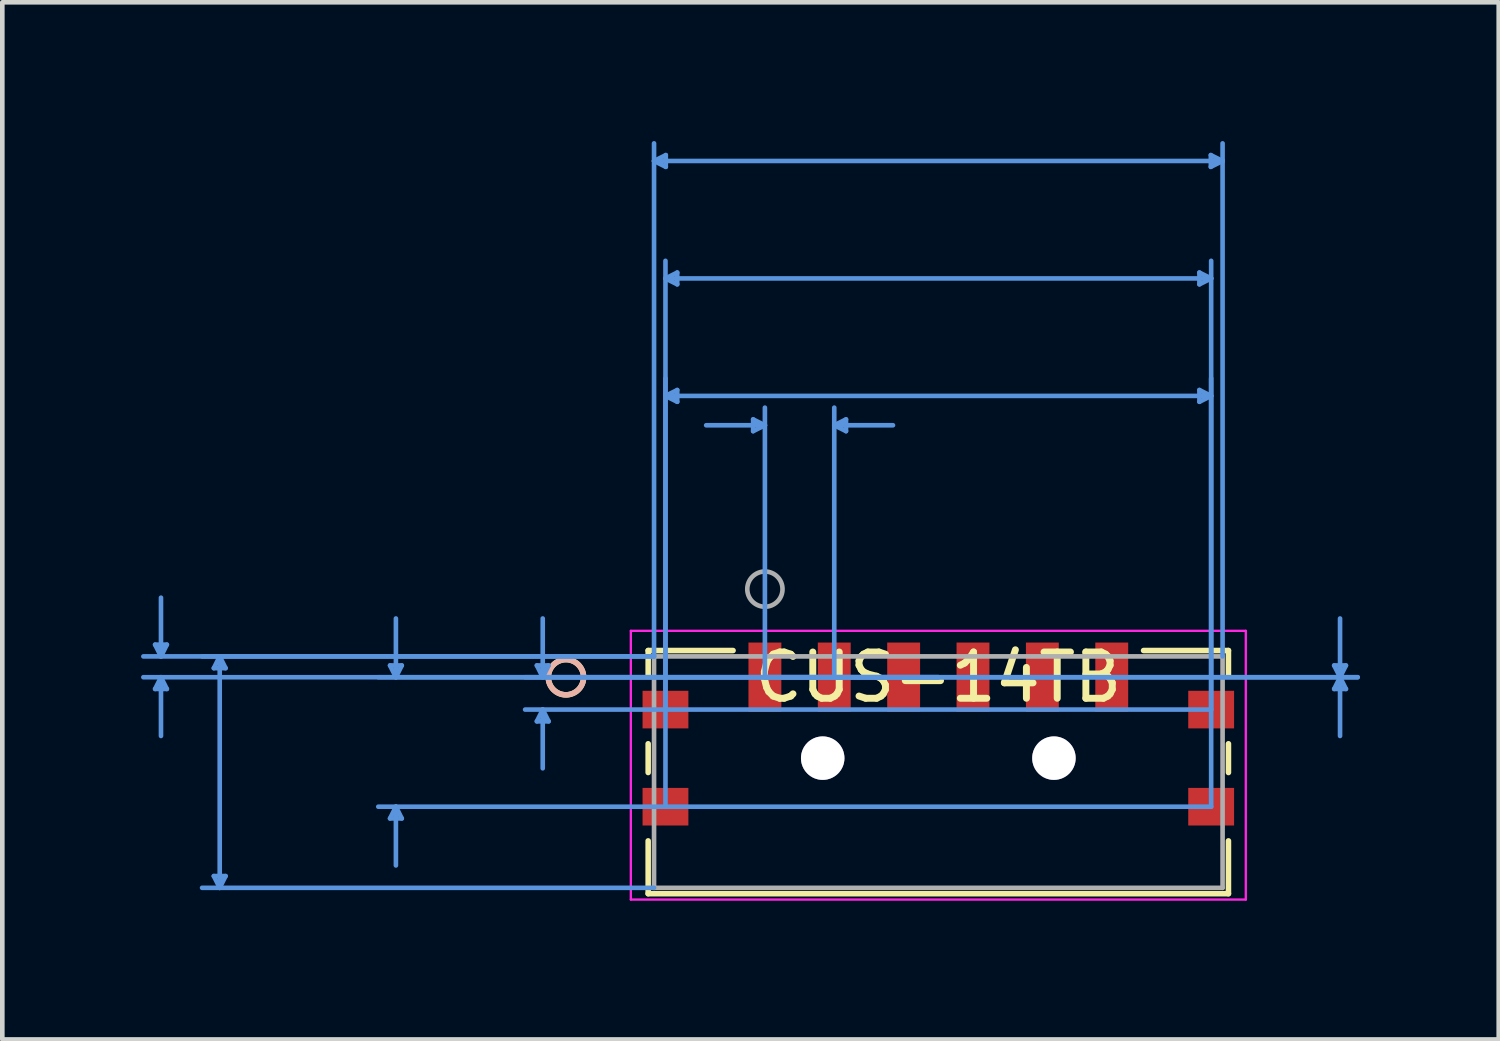
<source format=kicad_pcb>
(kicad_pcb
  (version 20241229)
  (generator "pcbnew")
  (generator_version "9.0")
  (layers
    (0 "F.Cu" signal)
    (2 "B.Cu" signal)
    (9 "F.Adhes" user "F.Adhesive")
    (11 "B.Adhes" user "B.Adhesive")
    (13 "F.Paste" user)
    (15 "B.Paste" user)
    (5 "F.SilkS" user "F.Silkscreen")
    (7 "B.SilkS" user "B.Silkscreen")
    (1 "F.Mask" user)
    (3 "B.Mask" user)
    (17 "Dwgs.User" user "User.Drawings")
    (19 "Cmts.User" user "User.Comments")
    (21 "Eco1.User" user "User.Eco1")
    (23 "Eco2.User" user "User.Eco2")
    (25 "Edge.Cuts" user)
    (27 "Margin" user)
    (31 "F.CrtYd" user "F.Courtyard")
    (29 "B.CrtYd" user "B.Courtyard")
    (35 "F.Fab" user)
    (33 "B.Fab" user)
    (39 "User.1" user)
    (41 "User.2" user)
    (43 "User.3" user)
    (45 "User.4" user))
  (footprint "CUS-14TB"
    (layer "F.Cu")
    (at 17.24 13.646)
    (property "Reference" "CUS-14TB" (at 0 -2.052 0) (layer "F.SilkS") (effects (font (size 1 1) (thickness 0.15))))
    (attr through_hole)
    (fp_line (start -6.274 -2.629) (end -6.274 -2.091) (stroke (width 0.12) (type solid)) (layer "F.SilkS"))
    (fp_line (start -6.274 -0.613) (end -6.274 0.009) (stroke (width 0.12) (type solid)) (layer "F.SilkS"))
    (fp_line (start -6.274 1.487) (end -6.274 2.629) (stroke (width 0.12) (type solid)) (layer "F.SilkS"))
    (fp_line (start -6.274 2.629) (end 6.274 2.629) (stroke (width 0.12) (type solid)) (layer "F.SilkS"))
    (fp_line (start -4.438 -2.629) (end -6.274 -2.629) (stroke (width 0.12) (type solid)) (layer "F.SilkS"))
    (fp_line (start 6.274 -2.629) (end 4.438 -2.629) (stroke (width 0.12) (type solid)) (layer "F.SilkS"))
    (fp_line (start 6.274 -2.091) (end 6.274 -2.629) (stroke (width 0.12) (type solid)) (layer "F.SilkS"))
    (fp_line (start 6.274 0.009) (end 6.274 -0.613) (stroke (width 0.12) (type solid)) (layer "F.SilkS"))
    (fp_line (start 6.274 2.629) (end 6.274 1.487) (stroke (width 0.12) (type solid)) (layer "F.SilkS"))
    (fp_circle (center -8.052 -2.052) (end -7.671 -2.052) (stroke (width 0.12) (type solid)) (fill no) (layer "F.SilkS"))
    (fp_circle (center -8.052 -2.052) (end -7.671 -2.052) (stroke (width 0.12) (type solid)) (fill no) (layer "B.SilkS"))
    (fp_line (start -16.936 -2.756) (end -16.682 -2.756) (stroke (width 0.1) (type solid)) (layer "Cmts.User"))
    (fp_line (start -16.936 -1.798) (end -16.682 -1.798) (stroke (width 0.1) (type solid)) (layer "Cmts.User"))
    (fp_line (start -16.809 -2.502) (end -16.936 -2.756) (stroke (width 0.1) (type solid)) (layer "Cmts.User"))
    (fp_line (start -16.809 -2.502) (end -16.809 -3.772) (stroke (width 0.1) (type solid)) (layer "Cmts.User"))
    (fp_line (start -16.809 -2.502) (end -16.682 -2.756) (stroke (width 0.1) (type solid)) (layer "Cmts.User"))
    (fp_line (start -16.809 -2.052) (end -16.936 -1.798) (stroke (width 0.1) (type solid)) (layer "Cmts.User"))
    (fp_line (start -16.809 -2.052) (end -16.809 -0.782) (stroke (width 0.1) (type solid)) (layer "Cmts.User"))
    (fp_line (start -16.809 -2.052) (end -16.682 -1.798) (stroke (width 0.1) (type solid)) (layer "Cmts.User"))
    (fp_line (start -15.666 -2.248) (end -15.412 -2.248) (stroke (width 0.1) (type solid)) (layer "Cmts.User"))
    (fp_line (start -15.666 2.248) (end -15.412 2.248) (stroke (width 0.1) (type solid)) (layer "Cmts.User"))
    (fp_line (start -15.539 -2.502) (end -15.666 -2.248) (stroke (width 0.1) (type solid)) (layer "Cmts.User"))
    (fp_line (start -15.539 -2.502) (end -15.539 2.502) (stroke (width 0.1) (type solid)) (layer "Cmts.User"))
    (fp_line (start -15.539 -2.502) (end -15.412 -2.248) (stroke (width 0.1) (type solid)) (layer "Cmts.User"))
    (fp_line (start -15.539 2.502) (end -15.666 2.248) (stroke (width 0.1) (type solid)) (layer "Cmts.User"))
    (fp_line (start -15.539 2.502) (end -15.412 2.248) (stroke (width 0.1) (type solid)) (layer "Cmts.User"))
    (fp_line (start -11.856 -2.306) (end -11.602 -2.306) (stroke (width 0.1) (type solid)) (layer "Cmts.User"))
    (fp_line (start -11.856 1.002) (end -11.602 1.002) (stroke (width 0.1) (type solid)) (layer "Cmts.User"))
    (fp_line (start -11.729 -2.052) (end -11.856 -2.306) (stroke (width 0.1) (type solid)) (layer "Cmts.User"))
    (fp_line (start -11.729 -2.052) (end -11.729 -3.322) (stroke (width 0.1) (type solid)) (layer "Cmts.User"))
    (fp_line (start -11.729 -2.052) (end -11.602 -2.306) (stroke (width 0.1) (type solid)) (layer "Cmts.User"))
    (fp_line (start -11.729 0.748) (end -11.856 1.002) (stroke (width 0.1) (type solid)) (layer "Cmts.User"))
    (fp_line (start -11.729 0.748) (end -11.729 2.018) (stroke (width 0.1) (type solid)) (layer "Cmts.User"))
    (fp_line (start -11.729 0.748) (end -11.602 1.002) (stroke (width 0.1) (type solid)) (layer "Cmts.User"))
    (fp_line (start -8.681 -2.306) (end -8.427 -2.306) (stroke (width 0.1) (type solid)) (layer "Cmts.User"))
    (fp_line (start -8.681 -1.098) (end -8.427 -1.098) (stroke (width 0.1) (type solid)) (layer "Cmts.User"))
    (fp_line (start -8.554 -2.052) (end -8.681 -2.306) (stroke (width 0.1) (type solid)) (layer "Cmts.User"))
    (fp_line (start -8.554 -2.052) (end -8.554 -3.322) (stroke (width 0.1) (type solid)) (layer "Cmts.User"))
    (fp_line (start -8.554 -2.052) (end -8.427 -2.306) (stroke (width 0.1) (type solid)) (layer "Cmts.User"))
    (fp_line (start -8.554 -1.352) (end -8.681 -1.098) (stroke (width 0.1) (type solid)) (layer "Cmts.User"))
    (fp_line (start -8.554 -1.352) (end -8.554 -0.082) (stroke (width 0.1) (type solid)) (layer "Cmts.User"))
    (fp_line (start -8.554 -1.352) (end -8.427 -1.098) (stroke (width 0.1) (type solid)) (layer "Cmts.User"))
    (fp_line (start -6.147 -13.215) (end -5.893 -13.342) (stroke (width 0.1) (type solid)) (layer "Cmts.User"))
    (fp_line (start -6.147 -13.215) (end -5.893 -13.088) (stroke (width 0.1) (type solid)) (layer "Cmts.User"))
    (fp_line (start -6.147 -13.215) (end 6.147 -13.215) (stroke (width 0.1) (type solid)) (layer "Cmts.User"))
    (fp_line (start -6.147 -2.502) (end -17.19 -2.502) (stroke (width 0.1) (type solid)) (layer "Cmts.User"))
    (fp_line (start -6.147 -2.502) (end -15.92 -2.502) (stroke (width 0.1) (type solid)) (layer "Cmts.User"))
    (fp_line (start -6.147 -2.502) (end -6.147 -13.596) (stroke (width 0.1) (type solid)) (layer "Cmts.User"))
    (fp_line (start -6.147 2.502) (end -15.92 2.502) (stroke (width 0.1) (type solid)) (layer "Cmts.User"))
    (fp_line (start -5.9 -10.675) (end -5.646 -10.802) (stroke (width 0.1) (type solid)) (layer "Cmts.User"))
    (fp_line (start -5.9 -10.675) (end -5.646 -10.548) (stroke (width 0.1) (type solid)) (layer "Cmts.User"))
    (fp_line (start -5.9 -10.675) (end 5.9 -10.675) (stroke (width 0.1) (type solid)) (layer "Cmts.User"))
    (fp_line (start -5.9 -8.135) (end -5.646 -8.262) (stroke (width 0.1) (type solid)) (layer "Cmts.User"))
    (fp_line (start -5.9 -8.135) (end -5.646 -8.008) (stroke (width 0.1) (type solid)) (layer "Cmts.User"))
    (fp_line (start -5.9 -8.135) (end 5.9 -8.135) (stroke (width 0.1) (type solid)) (layer "Cmts.User"))
    (fp_line (start -5.9 -1.352) (end -5.9 -11.056) (stroke (width 0.1) (type solid)) (layer "Cmts.User"))
    (fp_line (start -5.9 0.748) (end -5.9 -8.516) (stroke (width 0.1) (type solid)) (layer "Cmts.User"))
    (fp_line (start -5.893 -13.342) (end -5.893 -13.088) (stroke (width 0.1) (type solid)) (layer "Cmts.User"))
    (fp_line (start -5.646 -10.802) (end -5.646 -10.548) (stroke (width 0.1) (type solid)) (layer "Cmts.User"))
    (fp_line (start -5.646 -8.262) (end -5.646 -8.008) (stroke (width 0.1) (type solid)) (layer "Cmts.User"))
    (fp_line (start -4.004 -7.627) (end -4.004 -7.373) (stroke (width 0.1) (type solid)) (layer "Cmts.User"))
    (fp_line (start -3.75 -7.5) (end -5.02 -7.5) (stroke (width 0.1) (type solid)) (layer "Cmts.User"))
    (fp_line (start -3.75 -7.5) (end -4.004 -7.627) (stroke (width 0.1) (type solid)) (layer "Cmts.User"))
    (fp_line (start -3.75 -7.5) (end -4.004 -7.373) (stroke (width 0.1) (type solid)) (layer "Cmts.User"))
    (fp_line (start -3.75 -2.052) (end -3.75 -7.881) (stroke (width 0.1) (type solid)) (layer "Cmts.User"))
    (fp_line (start -3.75 -2.052) (end 9.068 -2.052) (stroke (width 0.1) (type solid)) (layer "Cmts.User"))
    (fp_line (start -3.75 -2.052) (end 9.068 -2.052) (stroke (width 0.1) (type solid)) (layer "Cmts.User"))
    (fp_line (start -2.25 -7.5) (end -1.996 -7.627) (stroke (width 0.1) (type solid)) (layer "Cmts.User"))
    (fp_line (start -2.25 -7.5) (end -1.996 -7.373) (stroke (width 0.1) (type solid)) (layer "Cmts.User"))
    (fp_line (start -2.25 -7.5) (end -0.98 -7.5) (stroke (width 0.1) (type solid)) (layer "Cmts.User"))
    (fp_line (start -2.25 -2.052) (end -2.25 -7.881) (stroke (width 0.1) (type solid)) (layer "Cmts.User"))
    (fp_line (start -1.996 -7.627) (end -1.996 -7.373) (stroke (width 0.1) (type solid)) (layer "Cmts.User"))
    (fp_line (start 0 -2.052) (end -17.19 -2.052) (stroke (width 0.1) (type solid)) (layer "Cmts.User"))
    (fp_line (start 0 -2.052) (end -12.11 -2.052) (stroke (width 0.1) (type solid)) (layer "Cmts.User"))
    (fp_line (start 0 -2.052) (end -8.935 -2.052) (stroke (width 0.1) (type solid)) (layer "Cmts.User"))
    (fp_line (start 5.646 -10.802) (end 5.646 -10.548) (stroke (width 0.1) (type solid)) (layer "Cmts.User"))
    (fp_line (start 5.646 -8.262) (end 5.646 -8.008) (stroke (width 0.1) (type solid)) (layer "Cmts.User"))
    (fp_line (start 5.893 -13.342) (end 5.893 -13.088) (stroke (width 0.1) (type solid)) (layer "Cmts.User"))
    (fp_line (start 5.9 -10.675) (end 5.646 -10.802) (stroke (width 0.1) (type solid)) (layer "Cmts.User"))
    (fp_line (start 5.9 -10.675) (end 5.646 -10.548) (stroke (width 0.1) (type solid)) (layer "Cmts.User"))
    (fp_line (start 5.9 -8.135) (end 5.646 -8.262) (stroke (width 0.1) (type solid)) (layer "Cmts.User"))
    (fp_line (start 5.9 -8.135) (end 5.646 -8.008) (stroke (width 0.1) (type solid)) (layer "Cmts.User"))
    (fp_line (start 5.9 -1.352) (end -8.935 -1.352) (stroke (width 0.1) (type solid)) (layer "Cmts.User"))
    (fp_line (start 5.9 -1.352) (end 5.9 -11.056) (stroke (width 0.1) (type solid)) (layer "Cmts.User"))
    (fp_line (start 5.9 0.748) (end -12.11 0.748) (stroke (width 0.1) (type solid)) (layer "Cmts.User"))
    (fp_line (start 5.9 0.748) (end 5.9 -8.516) (stroke (width 0.1) (type solid)) (layer "Cmts.User"))
    (fp_line (start 6.147 -13.215) (end 5.893 -13.342) (stroke (width 0.1) (type solid)) (layer "Cmts.User"))
    (fp_line (start 6.147 -13.215) (end 5.893 -13.088) (stroke (width 0.1) (type solid)) (layer "Cmts.User"))
    (fp_line (start 6.147 -2.502) (end 6.147 -13.596) (stroke (width 0.1) (type solid)) (layer "Cmts.User"))
    (fp_line (start 8.56 -2.306) (end 8.814 -2.306) (stroke (width 0.1) (type solid)) (layer "Cmts.User"))
    (fp_line (start 8.56 -1.798) (end 8.814 -1.798) (stroke (width 0.1) (type solid)) (layer "Cmts.User"))
    (fp_line (start 8.687 -2.052) (end 8.56 -2.306) (stroke (width 0.1) (type solid)) (layer "Cmts.User"))
    (fp_line (start 8.687 -2.052) (end 8.56 -1.798) (stroke (width 0.1) (type solid)) (layer "Cmts.User"))
    (fp_line (start 8.687 -2.052) (end 8.687 -3.322) (stroke (width 0.1) (type solid)) (layer "Cmts.User"))
    (fp_line (start 8.687 -2.052) (end 8.687 -0.782) (stroke (width 0.1) (type solid)) (layer "Cmts.User"))
    (fp_line (start 8.687 -2.052) (end 8.814 -2.306) (stroke (width 0.1) (type solid)) (layer "Cmts.User"))
    (fp_line (start 8.687 -2.052) (end 8.814 -1.798) (stroke (width 0.1) (type solid)) (layer "Cmts.User"))
    (fp_line (start -6.649 -3.055) (end -6.649 2.756) (stroke (width 0.05) (type solid)) (layer "F.CrtYd"))
    (fp_line (start -6.649 2.756) (end 6.649 2.756) (stroke (width 0.05) (type solid)) (layer "F.CrtYd"))
    (fp_line (start 6.649 -3.055) (end -6.649 -3.055) (stroke (width 0.05) (type solid)) (layer "F.CrtYd"))
    (fp_line (start 6.649 2.756) (end 6.649 -3.055) (stroke (width 0.05) (type solid)) (layer "F.CrtYd"))
    (fp_line (start -6.147 -2.502) (end -6.147 2.502) (stroke (width 0.1) (type solid)) (layer "F.Fab"))
    (fp_line (start -6.147 2.502) (end 6.147 2.502) (stroke (width 0.1) (type solid)) (layer "F.Fab"))
    (fp_line (start 6.147 -2.502) (end -6.147 -2.502) (stroke (width 0.1) (type solid)) (layer "F.Fab"))
    (fp_line (start 6.147 2.502) (end 6.147 -2.502) (stroke (width 0.1) (type solid)) (layer "F.Fab"))
    (fp_circle (center -3.75 -3.957) (end -3.369 -3.957) (stroke (width 0.1) (type solid)) (fill no) (layer "F.Fab"))
    (pad "1" smd rect (at -3.75 -2.052) (size 0.711 1.499) (layers "F.Cu" "F.Mask" "F.Paste"))
    (pad "2" smd rect (at -2.25 -2.052) (size 0.711 1.499) (layers "F.Cu" "F.Mask" "F.Paste"))
    (pad "3" smd rect (at -0.75 -2.052) (size 0.711 1.499) (layers "F.Cu" "F.Mask" "F.Paste"))
    (pad "4" smd rect (at 0.75 -2.052) (size 0.711 1.499) (layers "F.Cu" "F.Mask" "F.Paste"))
    (pad "5" smd rect (at 2.25 -2.052) (size 0.711 1.499) (layers "F.Cu" "F.Mask" "F.Paste"))
    (pad "6" smd rect (at 3.75 -2.052) (size 0.711 1.499) (layers "F.Cu" "F.Mask" "F.Paste"))
    (pad "7" smd rect (at -5.9 -1.352) (size 0.991 0.813) (layers "F.Cu" "F.Mask" "F.Paste"))
    (pad "8" smd rect (at 5.9 -1.352) (size 0.991 0.813) (layers "F.Cu" "F.Mask" "F.Paste"))
    (pad "9" smd rect (at -5.9 0.748) (size 0.991 0.813) (layers "F.Cu" "F.Mask" "F.Paste"))
    (pad "10" smd rect (at 5.9 0.748) (size 0.991 0.813) (layers "F.Cu" "F.Mask" "F.Paste"))
    (pad "11" thru_hole circle (at -2.5 -0.302) (size 0.94 0.94) (drill 0.94) (layers "*.Cu" "*.Mask"))
    (pad "12" thru_hole circle (at 2.5 -0.302) (size 0.94 0.94) (drill 0.94) (layers "*.Cu" "*.Mask")))
  (gr_rect
    (start -3 -3)
    (end 29.358 19.427)
    (stroke (width 0.1) (type default))
    (fill no)
    (layer "Edge.Cuts")))
</source>
